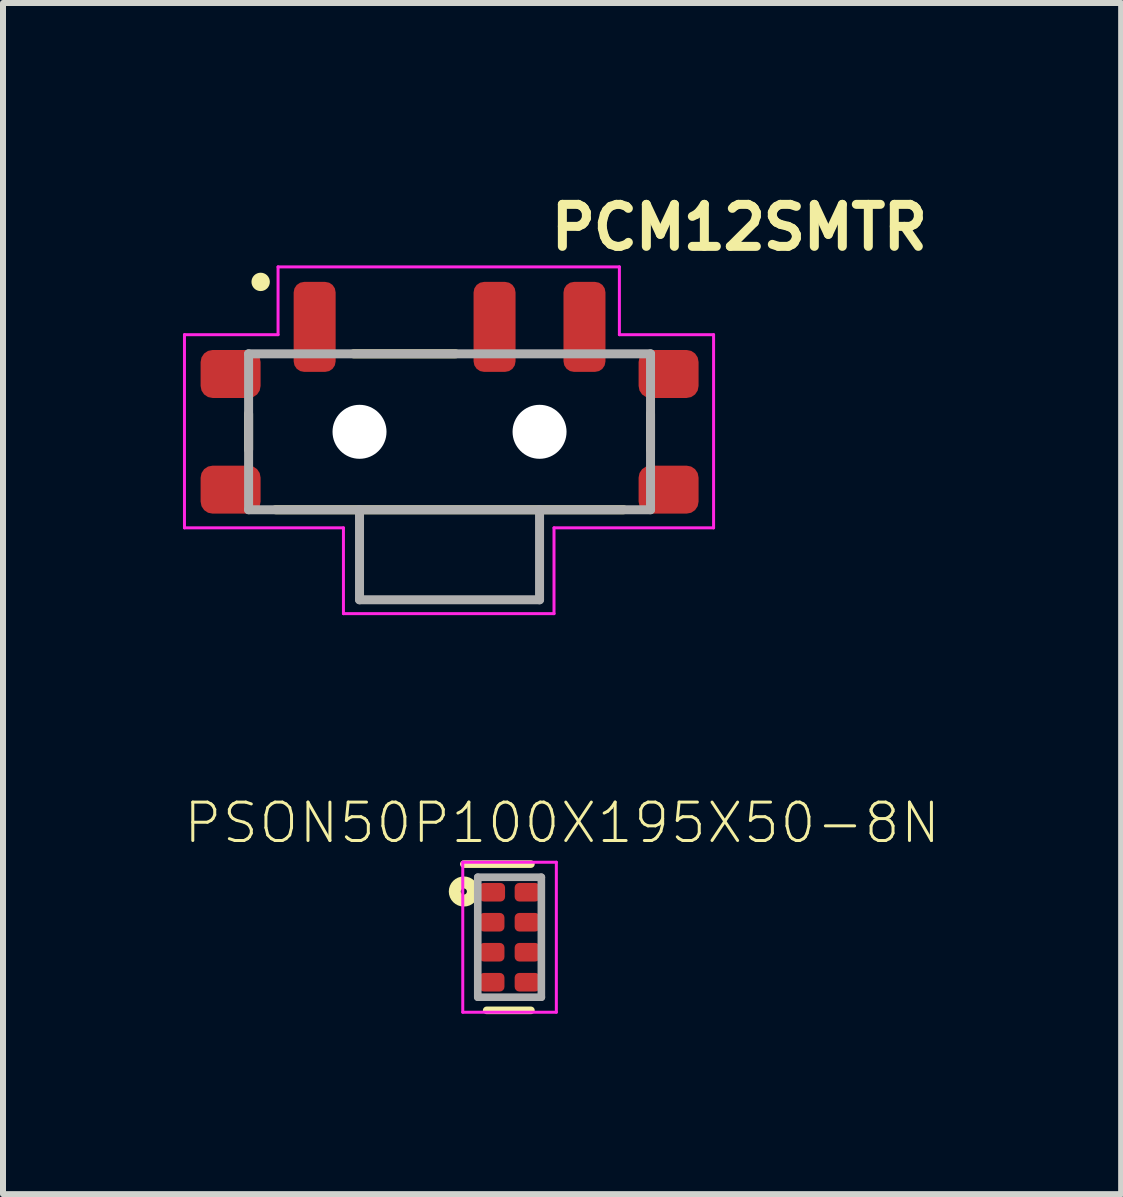
<source format=kicad_pcb>
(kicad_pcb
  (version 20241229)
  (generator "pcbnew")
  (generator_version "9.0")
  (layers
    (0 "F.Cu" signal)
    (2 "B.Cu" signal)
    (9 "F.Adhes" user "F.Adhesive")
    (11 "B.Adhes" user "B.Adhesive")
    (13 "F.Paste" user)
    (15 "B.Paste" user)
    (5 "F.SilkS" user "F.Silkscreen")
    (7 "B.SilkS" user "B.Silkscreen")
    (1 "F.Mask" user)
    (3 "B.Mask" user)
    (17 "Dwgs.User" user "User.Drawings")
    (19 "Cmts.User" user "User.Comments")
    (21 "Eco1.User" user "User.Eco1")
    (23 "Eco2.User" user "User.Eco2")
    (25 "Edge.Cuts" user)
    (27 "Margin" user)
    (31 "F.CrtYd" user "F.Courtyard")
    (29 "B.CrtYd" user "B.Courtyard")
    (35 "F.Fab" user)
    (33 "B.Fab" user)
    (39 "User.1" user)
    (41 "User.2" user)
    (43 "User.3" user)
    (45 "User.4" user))
  (footprint "PSON50P100X195X50-8N"
    (layer "F.Cu")
    (at 5.444 12.573)
    (property "Reference" "PSON50P100X195X50-8N" (at 0.876 -1.906 0) (layer "F.SilkS") (effects (font (size 0.64 0.64) (thickness 0.05))))
    (attr smd)
    (fp_line (start -0.762 -1.219) (end 0.356 -1.219) (stroke (width 0.127) (type solid)) (layer "F.SilkS"))
    (fp_line (start 0.356 1.219) (end -0.381 1.219) (stroke (width 0.127) (type solid)) (layer "F.SilkS"))
    (fp_circle (center -0.762 -0.762) (end -0.711 -0.762) (stroke (width 0.2) (type solid)) (fill no) (layer "F.SilkS"))
    (fp_line (start -0.78 -1.25) (end 0.78 -1.25) (stroke (width 0.05) (type solid)) (layer "F.CrtYd"))
    (fp_line (start -0.78 1.25) (end -0.78 -1.25) (stroke (width 0.05) (type solid)) (layer "F.CrtYd"))
    (fp_line (start 0.78 -1.25) (end 0.78 1.25) (stroke (width 0.05) (type solid)) (layer "F.CrtYd"))
    (fp_line (start 0.78 1.25) (end -0.78 1.25) (stroke (width 0.05) (type solid)) (layer "F.CrtYd"))
    (fp_line (start -0.53 -1) (end 0.53 -1) (stroke (width 0.127) (type solid)) (layer "F.Fab"))
    (fp_line (start -0.53 1) (end -0.53 -1) (stroke (width 0.127) (type solid)) (layer "F.Fab"))
    (fp_line (start 0.53 -1) (end 0.53 1) (stroke (width 0.127) (type solid)) (layer "F.Fab"))
    (fp_line (start 0.53 1) (end -0.53 1) (stroke (width 0.127) (type solid)) (layer "F.Fab"))
    (pad "1" smd roundrect (at -0.29 -0.75) (size 0.43 0.31) (layers "F.Cu" "F.Mask" "F.Paste") (roundrect_rratio 0.25))
    (pad "2" smd roundrect (at -0.295 -0.25) (size 0.42 0.31) (layers "F.Cu" "F.Mask" "F.Paste") (roundrect_rratio 0.25))
    (pad "3" smd roundrect (at -0.295 0.25) (size 0.42 0.31) (layers "F.Cu" "F.Mask" "F.Paste") (roundrect_rratio 0.25))
    (pad "4" smd roundrect (at -0.295 0.75) (size 0.42 0.31) (layers "F.Cu" "F.Mask" "F.Paste") (roundrect_rratio 0.25))
    (pad "5" smd roundrect (at 0.295 0.75 180) (size 0.42 0.31) (layers "F.Cu" "F.Mask" "F.Paste") (roundrect_rratio 0.25))
    (pad "6" smd roundrect (at 0.295 0.25 180) (size 0.42 0.31) (layers "F.Cu" "F.Mask" "F.Paste") (roundrect_rratio 0.25))
    (pad "7" smd roundrect (at 0.295 -0.25 180) (size 0.42 0.31) (layers "F.Cu" "F.Mask" "F.Paste") (roundrect_rratio 0.25))
    (pad "8" smd roundrect (at 0.295 -0.75 180) (size 0.42 0.31) (layers "F.Cu" "F.Mask" "F.Paste") (roundrect_rratio 0.25)))
  (footprint "PCM12SMTR"
    (layer "F.Cu")
    (at 4.445 4.099)
    (property "Reference" "PCM12SMTR" (at 1.614 -2.949 0) (layer "F.SilkS") (effects (font (size 0.7 0.7) (thickness 0.15)) (justify left bottom)))
    (attr smd)
    (fp_line (start -3.351 0.348) (end -3.351 -0.251) (stroke (width 0.15) (type solid)) (layer "F.SilkS"))
    (fp_line (start -2.901 1.348) (end 2.9 1.348) (stroke (width 0.15) (type solid)) (layer "F.SilkS"))
    (fp_line (start -1.601 -1.251) (end 0.1 -1.251) (stroke (width 0.15) (type solid)) (layer "F.SilkS"))
    (fp_line (start 3.349 -0.251) (end 3.349 0.348) (stroke (width 0.15) (type solid)) (layer "F.SilkS"))
    (fp_circle (center -3.15 -2.45) (end -3.1 -2.39) (stroke (width 0.15) (type solid)) (fill yes) (layer "F.SilkS"))
    (fp_line (start -4.42 -1.57) (end -2.86 -1.57) (stroke (width 0.05) (type solid)) (layer "F.CrtYd"))
    (fp_line (start -4.42 1.65) (end -4.42 -1.57) (stroke (width 0.05) (type solid)) (layer "F.CrtYd"))
    (fp_line (start -2.86 -2.7) (end 2.83 -2.7) (stroke (width 0.05) (type solid)) (layer "F.CrtYd"))
    (fp_line (start -2.86 -1.57) (end -2.86 -2.7) (stroke (width 0.05) (type solid)) (layer "F.CrtYd"))
    (fp_line (start -1.77 1.65) (end -4.42 1.65) (stroke (width 0.05) (type solid)) (layer "F.CrtYd"))
    (fp_line (start -1.77 3.08) (end -1.77 1.65) (stroke (width 0.05) (type solid)) (layer "F.CrtYd"))
    (fp_line (start 1.74 1.65) (end 1.74 3.08) (stroke (width 0.05) (type solid)) (layer "F.CrtYd"))
    (fp_line (start 1.74 3.08) (end -1.77 3.08) (stroke (width 0.05) (type solid)) (layer "F.CrtYd"))
    (fp_line (start 2.83 -2.7) (end 2.83 -1.57) (stroke (width 0.05) (type solid)) (layer "F.CrtYd"))
    (fp_line (start 2.83 -1.57) (end 4.4 -1.57) (stroke (width 0.05) (type solid)) (layer "F.CrtYd"))
    (fp_line (start 4.4 -1.57) (end 4.4 1.65) (stroke (width 0.05) (type solid)) (layer "F.CrtYd"))
    (fp_line (start 4.4 1.65) (end 1.74 1.65) (stroke (width 0.05) (type solid)) (layer "F.CrtYd"))
    (fp_line (start -3.351 -1.251) (end 3.349 -1.251) (stroke (width 0.15) (type solid)) (layer "F.Fab"))
    (fp_line (start -3.351 1.348) (end -3.351 -1.251) (stroke (width 0.15) (type solid)) (layer "F.Fab"))
    (fp_line (start -1.502 1.348) (end -3.351 1.348) (stroke (width 0.15) (type solid)) (layer "F.Fab"))
    (fp_line (start -1.502 1.348) (end -1.502 2.849) (stroke (width 0.15) (type solid)) (layer "F.Fab"))
    (fp_line (start -1.502 2.849) (end 1.499 2.849) (stroke (width 0.15) (type solid)) (layer "F.Fab"))
    (fp_line (start 1.499 1.348) (end -1.502 1.348) (stroke (width 0.15) (type solid)) (layer "F.Fab"))
    (fp_line (start 1.499 2.849) (end 1.499 1.348) (stroke (width 0.15) (type solid)) (layer "F.Fab"))
    (fp_line (start 3.349 -1.251) (end 3.349 1.348) (stroke (width 0.15) (type solid)) (layer "F.Fab"))
    (fp_line (start 3.349 1.348) (end 1.499 1.348) (stroke (width 0.15) (type solid)) (layer "F.Fab"))
    (fp_rect (start -3.861 -2.135) (end 3.86 2.844) (stroke (width 0.1) (type solid)) (fill no) (layer "User.5"))
    (fp_line (start -3.861 -0.586) (end -3.861 -1.246) (stroke (width 0.02) (type solid)) (layer "User.9"))
    (fp_line (start -3.861 0.683) (end -3.861 1.344) (stroke (width 0.02) (type solid)) (layer "User.9"))
    (fp_line (start -3.353 -1.246) (end -3.861 -1.246) (stroke (width 0.02) (type solid)) (layer "User.9"))
    (fp_line (start -3.353 -0.714) (end -3.353 -1.246) (stroke (width 0.02) (type solid)) (layer "User.9"))
    (fp_line (start -3.353 -0.714) (end -3.303 -0.714) (stroke (width 0.02) (type solid)) (layer "User.9"))
    (fp_line (start -3.353 -0.586) (end -3.861 -0.586) (stroke (width 0.02) (type solid)) (layer "User.9"))
    (fp_line (start -3.353 0.683) (end -3.861 0.683) (stroke (width 0.02) (type solid)) (layer "User.9"))
    (fp_line (start -3.353 1.344) (end -3.861 1.344) (stroke (width 0.02) (type solid)) (layer "User.9"))
    (fp_line (start -3.353 1.344) (end -3.353 0.811) (stroke (width 0.02) (type solid)) (layer "User.9"))
    (fp_line (start -3.303 -0.714) (end -3.151 -0.714) (stroke (width 0.02) (type solid)) (layer "User.9"))
    (fp_line (start -3.303 -0.586) (end -3.353 -0.586) (stroke (width 0.02) (type solid)) (layer "User.9"))
    (fp_line (start -3.303 -0.586) (end -3.303 -0.714) (stroke (width 0.02) (type solid)) (layer "User.9"))
    (fp_line (start -3.303 0.683) (end -3.353 0.683) (stroke (width 0.02) (type solid)) (layer "User.9"))
    (fp_line (start -3.303 0.811) (end -3.353 0.811) (stroke (width 0.02) (type solid)) (layer "User.9"))
    (fp_line (start -3.303 0.811) (end -3.303 -0.714) (stroke (width 0.02) (type solid)) (layer "User.9"))
    (fp_line (start -3.151 -1.246) (end -3.353 -1.246) (stroke (width 0.02) (type solid)) (layer "User.9"))
    (fp_line (start -3.151 -0.714) (end -3.151 -1.246) (stroke (width 0.02) (type solid)) (layer "User.9"))
    (fp_line (start -3.151 0.811) (end -3.303 0.811) (stroke (width 0.02) (type solid)) (layer "User.9"))
    (fp_line (start -3.151 0.811) (end -2.845 0.811) (stroke (width 0.02) (type solid)) (layer "User.9"))
    (fp_line (start -3.151 1.344) (end -3.353 1.344) (stroke (width 0.02) (type solid)) (layer "User.9"))
    (fp_line (start -3.151 1.344) (end -3.151 0.811) (stroke (width 0.02) (type solid)) (layer "User.9"))
    (fp_line (start -2.845 -1.246) (end -3.151 -1.246) (stroke (width 0.02) (type solid)) (layer "User.9"))
    (fp_line (start -2.845 -0.714) (end -3.151 -0.714) (stroke (width 0.02) (type solid)) (layer "User.9"))
    (fp_line (start -2.845 -0.714) (end -2.845 -1.246) (stroke (width 0.02) (type solid)) (layer "User.9"))
    (fp_line (start -2.845 1.344) (end -3.151 1.344) (stroke (width 0.02) (type solid)) (layer "User.9"))
    (fp_line (start -2.845 1.344) (end -2.845 0.811) (stroke (width 0.02) (type solid)) (layer "User.9"))
    (fp_line (start -2.845 1.344) (end 2.844 1.344) (stroke (width 0.02) (type solid)) (layer "User.9"))
    (fp_line (start -2.439 -2.135) (end -2.034 -2.135) (stroke (width 0.02) (type solid)) (layer "User.9"))
    (fp_line (start -2.439 -1.246) (end -2.439 -2.135) (stroke (width 0.02) (type solid)) (layer "User.9"))
    (fp_line (start -2.034 -2.135) (end -2.034 -1.246) (stroke (width 0.02) (type solid)) (layer "User.9"))
    (fp_line (start 0.1 2.588) (end 0.1 1.344) (stroke (width 0.02) (type solid)) (layer "User.9"))
    (fp_line (start 0.1 2.588) (end 0.354 2.844) (stroke (width 0.02) (type solid)) (layer "User.9"))
    (fp_line (start 0.558 -2.135) (end 0.964 -2.135) (stroke (width 0.02) (type solid)) (layer "User.9"))
    (fp_line (start 0.558 -1.246) (end 0.558 -2.135) (stroke (width 0.02) (type solid)) (layer "User.9"))
    (fp_line (start 0.964 -2.135) (end 0.964 -1.246) (stroke (width 0.02) (type solid)) (layer "User.9"))
    (fp_line (start 1.141 2.844) (end 0.354 2.844) (stroke (width 0.02) (type solid)) (layer "User.9"))
    (fp_line (start 1.141 2.844) (end 1.397 2.588) (stroke (width 0.02) (type solid)) (layer "User.9"))
    (fp_line (start 1.397 2.588) (end 1.397 1.344) (stroke (width 0.02) (type solid)) (layer "User.9"))
    (fp_line (start 2.057 -2.135) (end 2.462 -2.135) (stroke (width 0.02) (type solid)) (layer "User.9"))
    (fp_line (start 2.057 -1.246) (end 2.057 -2.135) (stroke (width 0.02) (type solid)) (layer "User.9"))
    (fp_line (start 2.462 -2.135) (end 2.462 -1.246) (stroke (width 0.02) (type solid)) (layer "User.9"))
    (fp_line (start 2.844 -1.246) (end -2.845 -1.246) (stroke (width 0.02) (type solid)) (layer "User.9"))
    (fp_line (start 2.844 -0.714) (end 2.844 -1.246) (stroke (width 0.02) (type solid)) (layer "User.9"))
    (fp_line (start 2.844 0.811) (end 3.148 0.811) (stroke (width 0.02) (type solid)) (layer "User.9"))
    (fp_line (start 2.844 1.344) (end 2.844 0.811) (stroke (width 0.02) (type solid)) (layer "User.9"))
    (fp_line (start 3.148 -1.246) (end 2.844 -1.246) (stroke (width 0.02) (type solid)) (layer "User.9"))
    (fp_line (start 3.148 -0.714) (end 2.844 -0.714) (stroke (width 0.02) (type solid)) (layer "User.9"))
    (fp_line (start 3.148 -0.714) (end 3.148 -1.246) (stroke (width 0.02) (type solid)) (layer "User.9"))
    (fp_line (start 3.148 -0.714) (end 3.301 -0.714) (stroke (width 0.02) (type solid)) (layer "User.9"))
    (fp_line (start 3.148 1.344) (end 2.844 1.344) (stroke (width 0.02) (type solid)) (layer "User.9"))
    (fp_line (start 3.148 1.344) (end 3.148 0.811) (stroke (width 0.02) (type solid)) (layer "User.9"))
    (fp_line (start 3.301 -0.714) (end 3.301 -0.586) (stroke (width 0.02) (type solid)) (layer "User.9"))
    (fp_line (start 3.301 -0.714) (end 3.301 0.811) (stroke (width 0.02) (type solid)) (layer "User.9"))
    (fp_line (start 3.301 -0.714) (end 3.352 -0.714) (stroke (width 0.02) (type solid)) (layer "User.9"))
    (fp_line (start 3.301 -0.586) (end 3.352 -0.586) (stroke (width 0.02) (type solid)) (layer "User.9"))
    (fp_line (start 3.301 0.683) (end 3.301 0.811) (stroke (width 0.02) (type solid)) (layer "User.9"))
    (fp_line (start 3.301 0.683) (end 3.352 0.683) (stroke (width 0.02) (type solid)) (layer "User.9"))
    (fp_line (start 3.301 0.811) (end 3.148 0.811) (stroke (width 0.02) (type solid)) (layer "User.9"))
    (fp_line (start 3.352 -1.246) (end 3.148 -1.246) (stroke (width 0.02) (type solid)) (layer "User.9"))
    (fp_line (start 3.352 -1.246) (end 3.86 -1.246) (stroke (width 0.02) (type solid)) (layer "User.9"))
    (fp_line (start 3.352 -0.714) (end 3.352 -1.246) (stroke (width 0.02) (type solid)) (layer "User.9"))
    (fp_line (start 3.352 -0.586) (end 3.86 -0.586) (stroke (width 0.02) (type solid)) (layer "User.9"))
    (fp_line (start 3.352 0.683) (end 3.86 0.683) (stroke (width 0.02) (type solid)) (layer "User.9"))
    (fp_line (start 3.352 0.811) (end 3.301 0.811) (stroke (width 0.02) (type solid)) (layer "User.9"))
    (fp_line (start 3.352 1.344) (end 3.148 1.344) (stroke (width 0.02) (type solid)) (layer "User.9"))
    (fp_line (start 3.352 1.344) (end 3.352 0.811) (stroke (width 0.02) (type solid)) (layer "User.9"))
    (fp_line (start 3.352 1.344) (end 3.86 1.344) (stroke (width 0.02) (type solid)) (layer "User.9"))
    (fp_line (start 3.86 -0.586) (end 3.86 -1.246) (stroke (width 0.02) (type solid)) (layer "User.9"))
    (fp_line (start 3.86 0.683) (end 3.86 1.344) (stroke (width 0.02) (type solid)) (layer "User.9"))
    (pad "" np_thru_hole circle (at -1.502 0.049) (size 0.9 0.9) (drill 0.9) (layers "*.Cu" "*.Mask"))
    (pad "" np_thru_hole circle (at 1.499 0.049) (size 0.9 0.9) (drill 0.9) (layers "*.Cu" "*.Mask"))
    (pad "1" smd roundrect (at -2.25 -1.7) (size 0.7 1.5) (layers "F.Cu" "F.Mask" "F.Paste") (roundrect_rratio 0.25))
    (pad "2" smd roundrect (at 0.749 -1.7) (size 0.7 1.5) (layers "F.Cu" "F.Mask" "F.Paste") (roundrect_rratio 0.25))
    (pad "3" smd roundrect (at 2.248 -1.7) (size 0.7 1.5) (layers "F.Cu" "F.Mask" "F.Paste") (roundrect_rratio 0.25))
    (pad "S1" smd roundrect (at -3.651 -0.915) (size 1 0.8) (layers "F.Cu" "F.Mask" "F.Paste") (roundrect_rratio 0.25))
    (pad "S2" smd roundrect (at -3.651 1.013) (size 1 0.8) (layers "F.Cu" "F.Mask" "F.Paste") (roundrect_rratio 0.25))
    (pad "S3" smd roundrect (at 3.65 1.013) (size 1 0.8) (layers "F.Cu" "F.Mask" "F.Paste") (roundrect_rratio 0.25))
    (pad "S4" smd roundrect (at 3.65 -0.915) (size 1 0.8) (layers "F.Cu" "F.Mask" "F.Paste") (roundrect_rratio 0.25)))
  (gr_rect
    (start -3 -3)
    (end 15.639 16.855)
    (stroke (width 0.1) (type default))
    (fill no)
    (layer "Edge.Cuts")))
</source>
